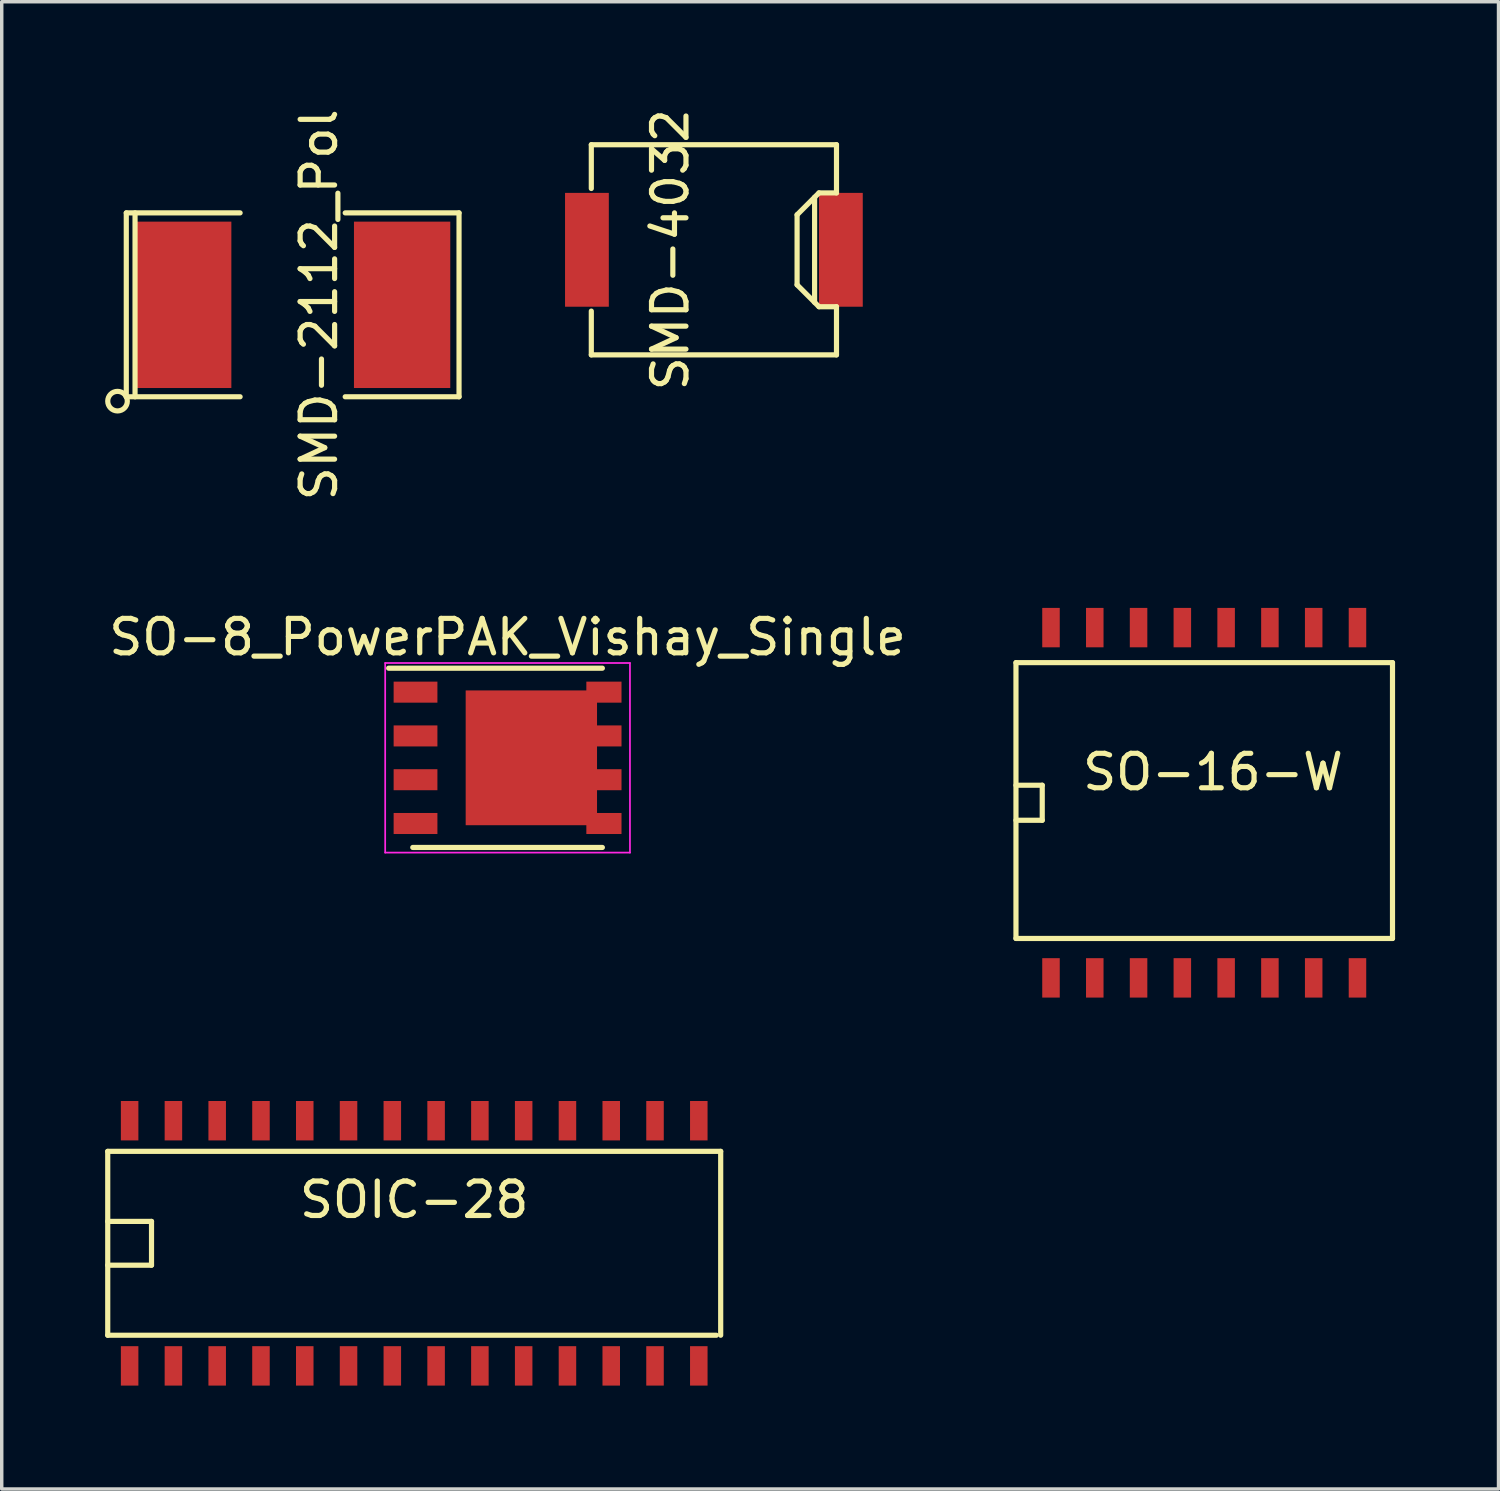
<source format=kicad_pcb>
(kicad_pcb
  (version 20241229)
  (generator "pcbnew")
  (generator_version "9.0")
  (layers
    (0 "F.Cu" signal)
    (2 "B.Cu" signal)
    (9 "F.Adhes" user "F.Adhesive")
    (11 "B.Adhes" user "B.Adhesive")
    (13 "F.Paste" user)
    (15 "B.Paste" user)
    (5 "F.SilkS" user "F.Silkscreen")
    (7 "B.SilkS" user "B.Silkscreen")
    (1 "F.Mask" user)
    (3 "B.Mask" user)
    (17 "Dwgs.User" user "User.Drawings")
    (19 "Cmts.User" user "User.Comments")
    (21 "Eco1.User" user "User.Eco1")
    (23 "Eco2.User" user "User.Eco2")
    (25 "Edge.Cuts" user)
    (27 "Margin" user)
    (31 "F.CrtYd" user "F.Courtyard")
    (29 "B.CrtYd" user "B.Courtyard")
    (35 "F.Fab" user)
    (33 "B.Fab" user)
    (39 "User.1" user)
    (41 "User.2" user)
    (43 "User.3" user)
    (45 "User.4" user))
  (footprint "SO-16-W"
    (layer "F.Cu")
    (at 31.881 20.235)
    (property "Reference" "SO-16-W" (at 0.254 -0.889 0) (layer "F.SilkS") (effects (font (size 1 1) (thickness 0.15))))
    (attr smd)
    (fp_line (start -5.461 -4.064) (end 5.461 -4.064) (stroke (width 0.15) (type solid)) (layer "F.SilkS"))
    (fp_line (start -5.461 -0.508) (end -4.699 -0.508) (stroke (width 0.15) (type solid)) (layer "F.SilkS"))
    (fp_line (start -5.461 3.937) (end -5.461 -4.064) (stroke (width 0.15) (type solid)) (layer "F.SilkS"))
    (fp_line (start -4.699 -0.508) (end -4.699 0.508) (stroke (width 0.15) (type solid)) (layer "F.SilkS"))
    (fp_line (start -4.699 0.508) (end -5.461 0.508) (stroke (width 0.15) (type solid)) (layer "F.SilkS"))
    (fp_line (start 5.461 -4.064) (end 5.461 3.937) (stroke (width 0.15) (type solid)) (layer "F.SilkS"))
    (fp_line (start 5.461 3.937) (end -5.461 3.937) (stroke (width 0.15) (type solid)) (layer "F.SilkS"))
    (pad "1" smd rect (at -4.445 5.08) (size 0.508 1.143) (layers "F.Cu" "F.Mask" "F.Paste"))
    (pad "2" smd rect (at -3.175 5.08) (size 0.508 1.143) (layers "F.Cu" "F.Mask" "F.Paste"))
    (pad "3" smd rect (at -1.905 5.08) (size 0.508 1.143) (layers "F.Cu" "F.Mask" "F.Paste"))
    (pad "4" smd rect (at -0.635 5.08) (size 0.508 1.143) (layers "F.Cu" "F.Mask" "F.Paste"))
    (pad "5" smd rect (at 0.635 5.08) (size 0.508 1.143) (layers "F.Cu" "F.Mask" "F.Paste"))
    (pad "6" smd rect (at 1.905 5.08) (size 0.508 1.143) (layers "F.Cu" "F.Mask" "F.Paste"))
    (pad "7" smd rect (at 3.175 5.08) (size 0.508 1.143) (layers "F.Cu" "F.Mask" "F.Paste"))
    (pad "8" smd rect (at 4.445 5.08) (size 0.508 1.143) (layers "F.Cu" "F.Mask" "F.Paste"))
    (pad "9" smd rect (at 4.445 -5.08) (size 0.508 1.143) (layers "F.Cu" "F.Mask" "F.Paste"))
    (pad "10" smd rect (at 3.175 -5.08) (size 0.508 1.143) (layers "F.Cu" "F.Mask" "F.Paste"))
    (pad "11" smd rect (at 1.905 -5.08) (size 0.508 1.143) (layers "F.Cu" "F.Mask" "F.Paste"))
    (pad "12" smd rect (at 0.635 -5.08) (size 0.508 1.143) (layers "F.Cu" "F.Mask" "F.Paste"))
    (pad "13" smd rect (at -0.635 -5.08) (size 0.508 1.143) (layers "F.Cu" "F.Mask" "F.Paste"))
    (pad "14" smd rect (at -1.905 -5.08) (size 0.508 1.143) (layers "F.Cu" "F.Mask" "F.Paste"))
    (pad "15" smd rect (at -3.175 -5.08) (size 0.508 1.143) (layers "F.Cu" "F.Mask" "F.Paste"))
    (pad "16" smd rect (at -4.445 -5.08) (size 0.508 1.143) (layers "F.Cu" "F.Mask" "F.Paste")))
  (footprint "SMD-2112_Pol"
    (layer "F.Cu")
    (at 5.439 5.792)
    (property "Reference" "SMD-2112_Pol" (at 0.762 0 90) (layer "F.SilkS") (effects (font (size 1 1) (thickness 0.15))))
    (attr smd)
    (fp_line (start -4.826 -2.667) (end -4.826 2.667) (stroke (width 0.15) (type solid)) (layer "F.SilkS"))
    (fp_line (start -4.572 -2.667) (end -4.572 2.667) (stroke (width 0.15) (type solid)) (layer "F.SilkS"))
    (fp_line (start -1.524 -2.667) (end -4.826 -2.667) (stroke (width 0.15) (type solid)) (layer "F.SilkS"))
    (fp_line (start -1.524 2.667) (end -4.826 2.667) (stroke (width 0.15) (type solid)) (layer "F.SilkS"))
    (fp_line (start 1.524 -2.667) (end 4.826 -2.667) (stroke (width 0.15) (type solid)) (layer "F.SilkS"))
    (fp_line (start 4.826 -2.667) (end 4.826 2.667) (stroke (width 0.15) (type solid)) (layer "F.SilkS"))
    (fp_line (start 4.826 2.667) (end 1.524 2.667) (stroke (width 0.15) (type solid)) (layer "F.SilkS"))
    (fp_circle (center -5.08 2.794) (end -4.826 2.667) (stroke (width 0.15) (type solid)) (fill no) (layer "F.SilkS"))
    (pad "1" smd rect (at -3.175 0) (size 2.794 4.826) (layers "F.Cu" "F.Mask" "F.Paste"))
    (pad "2" smd rect (at 3.175 0) (size 2.794 4.826) (layers "F.Cu" "F.Mask" "F.Paste")))
  (footprint "SMD-4032"
    (layer "F.Cu")
    (at 17.658 4.196)
    (property "Reference" "SMD-4032" (at -1.265 0 90) (layer "F.SilkS") (effects (font (size 1 1) (thickness 0.15))))
    (attr smd)
    (fp_line (start -3.556 -3.048) (end -3.556 -1.778) (stroke (width 0.15) (type solid)) (layer "F.SilkS"))
    (fp_line (start -3.556 -3.048) (end 3.556 -3.048) (stroke (width 0.15) (type solid)) (layer "F.SilkS"))
    (fp_line (start -3.556 3.048) (end -3.556 1.778) (stroke (width 0.15) (type solid)) (layer "F.SilkS"))
    (fp_line (start 2.413 1.016) (end 2.413 -1.016) (stroke (width 0.15) (type solid)) (layer "F.SilkS"))
    (fp_line (start 2.921 -1.524) (end 2.921 1.524) (stroke (width 0.15) (type solid)) (layer "F.SilkS"))
    (fp_line (start 3.048 -1.651) (end 2.413 -1.016) (stroke (width 0.15) (type solid)) (layer "F.SilkS"))
    (fp_line (start 3.048 1.651) (end 2.413 1.016) (stroke (width 0.15) (type solid)) (layer "F.SilkS"))
    (fp_line (start 3.556 -1.651) (end 3.048 -1.651) (stroke (width 0.15) (type solid)) (layer "F.SilkS"))
    (fp_line (start 3.556 -1.651) (end 3.556 -3.048) (stroke (width 0.15) (type solid)) (layer "F.SilkS"))
    (fp_line (start 3.556 1.651) (end 3.048 1.651) (stroke (width 0.15) (type solid)) (layer "F.SilkS"))
    (fp_line (start 3.556 3.048) (end -3.556 3.048) (stroke (width 0.15) (type solid)) (layer "F.SilkS"))
    (fp_line (start 3.556 3.048) (end 3.556 1.651) (stroke (width 0.15) (type solid)) (layer "F.SilkS"))
    (pad "1" smd rect (at -3.683 0) (size 1.27 3.302) (layers "F.Cu" "F.Mask" "F.Paste"))
    (pad "2" smd rect (at 3.683 0) (size 1.27 3.302) (layers "F.Cu" "F.Mask" "F.Paste")))
  (footprint "SO-8_PowerPAK_Vishay_Single"
    (layer "F.Cu")
    (at 11.673 18.932)
    (property "Reference" "SO-8_PowerPAK_Vishay_Single" (at 0 -3.5 0) (layer "F.SilkS") (effects (font (size 1 1) (thickness 0.15))))
    (attr smd)
    (fp_line (start -3.45 -2.6) (end 2.75 -2.6) (stroke (width 0.15) (type solid)) (layer "F.SilkS"))
    (fp_line (start -2.75 2.6) (end 2.75 2.6) (stroke (width 0.15) (type solid)) (layer "F.SilkS"))
    (fp_line (start -3.55 -2.75) (end -3.55 2.75) (stroke (width 0.05) (type solid)) (layer "F.CrtYd"))
    (fp_line (start -3.55 -2.75) (end 3.55 -2.75) (stroke (width 0.05) (type solid)) (layer "F.CrtYd"))
    (fp_line (start -3.55 2.75) (end 3.55 2.75) (stroke (width 0.05) (type solid)) (layer "F.CrtYd"))
    (fp_line (start 3.55 -2.75) (end 3.55 2.75) (stroke (width 0.05) (type solid)) (layer "F.CrtYd"))
    (pad "1" smd rect (at -2.67 -1.905) (size 1.27 0.61) (layers "F.Cu" "F.Mask" "F.Paste"))
    (pad "2" smd rect (at -2.67 -0.635) (size 1.27 0.61) (layers "F.Cu" "F.Mask" "F.Paste"))
    (pad "3" smd rect (at -2.67 0.635) (size 1.27 0.61) (layers "F.Cu" "F.Mask" "F.Paste"))
    (pad "4" smd rect (at -2.67 1.905) (size 1.27 0.61) (layers "F.Cu" "F.Mask" "F.Paste"))
    (pad "5" smd rect (at 0.69 0) (size 3.81 3.91) (layers "F.Cu" "F.Mask" "F.Paste"))
    (pad "5" smd rect (at 2.795 -1.905) (size 1.02 0.61) (layers "F.Cu" "F.Mask" "F.Paste"))
    (pad "5" smd rect (at 2.795 -0.635) (size 1.02 0.61) (layers "F.Cu" "F.Mask" "F.Paste"))
    (pad "5" smd rect (at 2.795 0.635) (size 1.02 0.61) (layers "F.Cu" "F.Mask" "F.Paste"))
    (pad "5" smd rect (at 2.795 1.905) (size 1.02 0.61) (layers "F.Cu" "F.Mask" "F.Paste")))
  (footprint "SOIC-28"
    (layer "F.Cu")
    (at 8.965 33.014)
    (property "Reference" "SOIC-28" (at 0 -1.262 0) (layer "F.SilkS") (effects (font (size 1 1) (thickness 0.15))))
    (attr smd)
    (fp_line (start -8.89 -2.667) (end -8.89 2.667) (stroke (width 0.15) (type solid)) (layer "F.SilkS"))
    (fp_line (start -8.89 -2.667) (end 8.89 -2.667) (stroke (width 0.15) (type solid)) (layer "F.SilkS"))
    (fp_line (start -8.89 -0.635) (end -7.62 -0.635) (stroke (width 0.15) (type solid)) (layer "F.SilkS"))
    (fp_line (start -7.62 -0.635) (end -7.62 0.635) (stroke (width 0.15) (type solid)) (layer "F.SilkS"))
    (fp_line (start -7.62 0.635) (end -8.89 0.635) (stroke (width 0.15) (type solid)) (layer "F.SilkS"))
    (fp_line (start 8.763 2.667) (end -8.89 2.667) (stroke (width 0.15) (type solid)) (layer "F.SilkS"))
    (fp_line (start 8.89 2.667) (end 8.89 -2.667) (stroke (width 0.15) (type solid)) (layer "F.SilkS"))
    (pad "1" smd rect (at -8.255 3.556) (size 0.508 1.143) (layers "F.Cu" "F.Mask" "F.Paste"))
    (pad "2" smd rect (at -6.985 3.556) (size 0.508 1.143) (layers "F.Cu" "F.Mask" "F.Paste"))
    (pad "3" smd rect (at -5.715 3.556) (size 0.508 1.143) (layers "F.Cu" "F.Mask" "F.Paste"))
    (pad "4" smd rect (at -4.445 3.556) (size 0.508 1.143) (layers "F.Cu" "F.Mask" "F.Paste"))
    (pad "5" smd rect (at -3.175 3.556) (size 0.508 1.143) (layers "F.Cu" "F.Mask" "F.Paste"))
    (pad "6" smd rect (at -1.905 3.556) (size 0.508 1.143) (layers "F.Cu" "F.Mask" "F.Paste"))
    (pad "7" smd rect (at -0.635 3.556) (size 0.508 1.143) (layers "F.Cu" "F.Mask" "F.Paste"))
    (pad "8" smd rect (at 0.635 3.556) (size 0.508 1.143) (layers "F.Cu" "F.Mask" "F.Paste"))
    (pad "9" smd rect (at 1.905 3.556) (size 0.508 1.143) (layers "F.Cu" "F.Mask" "F.Paste"))
    (pad "10" smd rect (at 3.175 3.556) (size 0.508 1.143) (layers "F.Cu" "F.Mask" "F.Paste"))
    (pad "11" smd rect (at 4.445 3.556) (size 0.508 1.143) (layers "F.Cu" "F.Mask" "F.Paste"))
    (pad "12" smd rect (at 5.715 3.556) (size 0.508 1.143) (layers "F.Cu" "F.Mask" "F.Paste"))
    (pad "13" smd rect (at 6.985 3.556) (size 0.508 1.143) (layers "F.Cu" "F.Mask" "F.Paste"))
    (pad "14" smd rect (at 8.255 3.556) (size 0.508 1.143) (layers "F.Cu" "F.Mask" "F.Paste"))
    (pad "15" smd rect (at 8.255 -3.556) (size 0.508 1.143) (layers "F.Cu" "F.Mask" "F.Paste"))
    (pad "16" smd rect (at 6.985 -3.556) (size 0.508 1.143) (layers "F.Cu" "F.Mask" "F.Paste"))
    (pad "17" smd rect (at 5.715 -3.556) (size 0.508 1.143) (layers "F.Cu" "F.Mask" "F.Paste"))
    (pad "18" smd rect (at 4.445 -3.556) (size 0.508 1.143) (layers "F.Cu" "F.Mask" "F.Paste"))
    (pad "19" smd rect (at 3.175 -3.556) (size 0.508 1.143) (layers "F.Cu" "F.Mask" "F.Paste"))
    (pad "20" smd rect (at 1.905 -3.556) (size 0.508 1.143) (layers "F.Cu" "F.Mask" "F.Paste"))
    (pad "21" smd rect (at 0.635 -3.556) (size 0.508 1.143) (layers "F.Cu" "F.Mask" "F.Paste"))
    (pad "22" smd rect (at -0.635 -3.556) (size 0.508 1.143) (layers "F.Cu" "F.Mask" "F.Paste"))
    (pad "23" smd rect (at -1.905 -3.556) (size 0.508 1.143) (layers "F.Cu" "F.Mask" "F.Paste"))
    (pad "24" smd rect (at -3.175 -3.556) (size 0.508 1.143) (layers "F.Cu" "F.Mask" "F.Paste"))
    (pad "25" smd rect (at -4.445 -3.556) (size 0.508 1.143) (layers "F.Cu" "F.Mask" "F.Paste"))
    (pad "26" smd rect (at -5.715 -3.556) (size 0.508 1.143) (layers "F.Cu" "F.Mask" "F.Paste"))
    (pad "27" smd rect (at -6.985 -3.556) (size 0.508 1.143) (layers "F.Cu" "F.Mask" "F.Paste"))
    (pad "28" smd rect (at -8.255 -3.556) (size 0.508 1.143) (layers "F.Cu" "F.Mask" "F.Paste")))
  (gr_rect
    (start -3 -3)
    (end 40.417 40.141)
    (stroke (width 0.1) (type default))
    (fill no)
    (layer "Edge.Cuts")))
</source>
